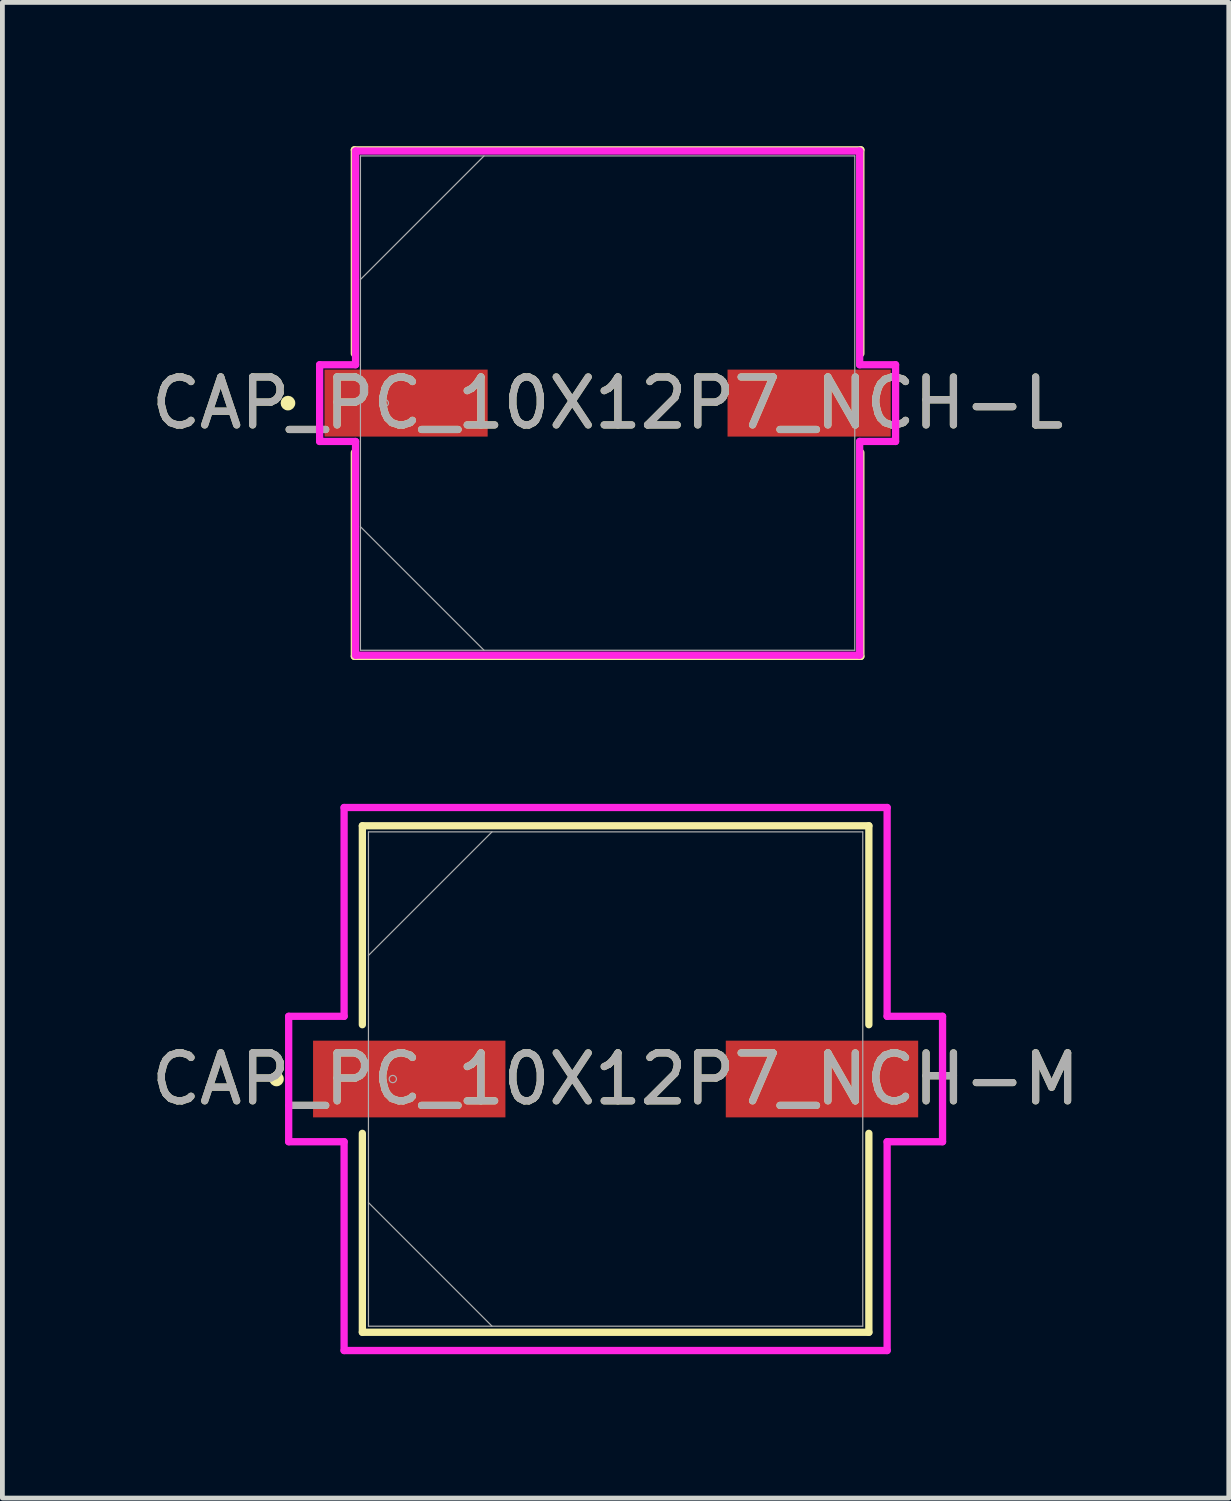
<source format=kicad_pcb>
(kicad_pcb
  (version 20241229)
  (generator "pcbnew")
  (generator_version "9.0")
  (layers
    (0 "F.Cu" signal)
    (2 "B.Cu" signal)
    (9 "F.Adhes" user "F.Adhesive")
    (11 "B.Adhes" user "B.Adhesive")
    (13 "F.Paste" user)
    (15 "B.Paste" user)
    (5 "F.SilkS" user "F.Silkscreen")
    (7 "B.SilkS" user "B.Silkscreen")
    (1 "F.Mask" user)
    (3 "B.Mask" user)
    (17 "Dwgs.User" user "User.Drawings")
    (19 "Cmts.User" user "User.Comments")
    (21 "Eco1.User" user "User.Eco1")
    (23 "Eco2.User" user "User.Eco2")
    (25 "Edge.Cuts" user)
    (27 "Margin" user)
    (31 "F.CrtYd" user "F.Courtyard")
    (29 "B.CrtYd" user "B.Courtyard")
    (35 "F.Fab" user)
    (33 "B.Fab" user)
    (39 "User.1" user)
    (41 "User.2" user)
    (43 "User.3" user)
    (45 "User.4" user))
  (footprint "CAP_PC_10X12P7_NCH-L"
    (layer "F.Cu")
    (at 9.625 5.359)
    (property "Reference" "CAP_PC_10X12P7_NCH-L" (at 0 0 0) (unlocked yes) (layer "F.SilkS") (effects (font (size 1 1) (thickness 0.15))))
    (attr smd)
    (fp_line (start -5.283 -5.283) (end -5.283 -1.031) (stroke (width 0.152) (type solid)) (layer "F.SilkS"))
    (fp_line (start -5.283 1.031) (end -5.283 5.283) (stroke (width 0.152) (type solid)) (layer "F.SilkS"))
    (fp_line (start -5.283 5.283) (end 5.283 5.283) (stroke (width 0.152) (type solid)) (layer "F.SilkS"))
    (fp_line (start 5.283 -5.283) (end -5.283 -5.283) (stroke (width 0.152) (type solid)) (layer "F.SilkS"))
    (fp_line (start 5.283 -1.031) (end 5.283 -5.283) (stroke (width 0.152) (type solid)) (layer "F.SilkS"))
    (fp_line (start 5.283 5.283) (end 5.283 1.031) (stroke (width 0.152) (type solid)) (layer "F.SilkS"))
    (fp_circle (center -6.668 0) (end -6.591 0) (stroke (width 0.152) (type solid)) (fill no) (layer "F.SilkS"))
    (fp_line (start -6.007 -0.8) (end -5.258 -0.8) (stroke (width 0.152) (type solid)) (layer "F.CrtYd"))
    (fp_line (start -6.007 0.8) (end -6.007 -0.8) (stroke (width 0.152) (type solid)) (layer "F.CrtYd"))
    (fp_line (start -5.258 -5.258) (end 5.258 -5.258) (stroke (width 0.152) (type solid)) (layer "F.CrtYd"))
    (fp_line (start -5.258 -0.8) (end -5.258 -5.258) (stroke (width 0.152) (type solid)) (layer "F.CrtYd"))
    (fp_line (start -5.258 0.8) (end -6.007 0.8) (stroke (width 0.152) (type solid)) (layer "F.CrtYd"))
    (fp_line (start -5.258 5.258) (end -5.258 0.8) (stroke (width 0.152) (type solid)) (layer "F.CrtYd"))
    (fp_line (start 5.258 -5.258) (end 5.258 -0.8) (stroke (width 0.152) (type solid)) (layer "F.CrtYd"))
    (fp_line (start 5.258 -0.8) (end 6.007 -0.8) (stroke (width 0.152) (type solid)) (layer "F.CrtYd"))
    (fp_line (start 5.258 0.8) (end 5.258 5.258) (stroke (width 0.152) (type solid)) (layer "F.CrtYd"))
    (fp_line (start 5.258 5.258) (end -5.258 5.258) (stroke (width 0.152) (type solid)) (layer "F.CrtYd"))
    (fp_line (start 6.007 -0.8) (end 6.007 0.8) (stroke (width 0.152) (type solid)) (layer "F.CrtYd"))
    (fp_line (start 6.007 0.8) (end 5.258 0.8) (stroke (width 0.152) (type solid)) (layer "F.CrtYd"))
    (fp_line (start -5.156 -5.156) (end -5.156 5.156) (stroke (width 0.025) (type solid)) (layer "F.Fab"))
    (fp_line (start -5.156 -2.578) (end -2.578 -5.156) (stroke (width 0.025) (type solid)) (layer "F.Fab"))
    (fp_line (start -5.156 2.578) (end -2.578 5.156) (stroke (width 0.025) (type solid)) (layer "F.Fab"))
    (fp_line (start -5.156 5.156) (end 5.156 5.156) (stroke (width 0.025) (type solid)) (layer "F.Fab"))
    (fp_line (start 5.156 -5.156) (end -5.156 -5.156) (stroke (width 0.025) (type solid)) (layer "F.Fab"))
    (fp_line (start 5.156 5.156) (end 5.156 -5.156) (stroke (width 0.025) (type solid)) (layer "F.Fab"))
    (fp_circle (center -4.648 0) (end -4.572 0) (stroke (width 0.025) (type solid)) (fill no) (layer "F.Fab"))
    (fp_text user "${REFERENCE}" (at 0 0 0) (unlocked yes) (layer "F.Fab") (effects (font (size 1 1) (thickness 0.15))))
    (pad "1" smd rect (at -4.204 0) (size 3.404 1.397) (layers "F.Cu" "F.Mask" "F.Paste"))
    (pad "2" smd rect (at 4.204 0) (size 3.404 1.397) (layers "F.Cu" "F.Mask" "F.Paste"))
    (zone (net_name "") (layer "F.Cu") (hatch full 0.508) (connect_pads) (min_thickness 0.254) (filled_areas_thickness no) (keepout (tracks not_allowed) (vias not_allowed) (pads allowed) (copperpour not_allowed) (footprints allowed)) (placement (enabled no)) (fill) (polygon (pts (xy 4.52 0.254) (xy 14.73 0.254) (xy 14.73 4.61) (xy 4.52 4.61))))
    (zone (net_name "") (layer "F.Cu") (hatch full 0.508) (connect_pads) (min_thickness 0.254) (filled_areas_thickness no) (keepout (tracks not_allowed) (vias not_allowed) (pads allowed) (copperpour not_allowed) (footprints allowed)) (placement (enabled no)) (fill) (polygon (pts (xy 4.52 6.109) (xy 14.73 6.109) (xy 14.73 10.465) (xy 4.52 10.465))))
    (zone (net_name "") (layer "F.Cu") (hatch full 0.508) (connect_pads) (min_thickness 0.254) (filled_areas_thickness no) (keepout (tracks not_allowed) (vias not_allowed) (pads allowed) (copperpour not_allowed) (footprints allowed)) (placement (enabled no)) (fill) (polygon (pts (xy 7.174 4.61) (xy 12.076 4.61) (xy 12.076 6.109) (xy 7.174 6.109)))))
  (footprint "CAP_PC_10X12P7_NCH-M"
    (layer "F.Cu")
    (at 9.792 19.459)
    (property "Reference" "CAP_PC_10X12P7_NCH-M" (at 0 0 0) (unlocked yes) (layer "F.SilkS") (effects (font (size 1 1) (thickness 0.15))))
    (attr smd)
    (fp_line (start -5.283 -5.283) (end -5.283 -1.133) (stroke (width 0.152) (type solid)) (layer "F.SilkS"))
    (fp_line (start -5.283 1.133) (end -5.283 5.283) (stroke (width 0.152) (type solid)) (layer "F.SilkS"))
    (fp_line (start -5.283 5.283) (end 5.283 5.283) (stroke (width 0.152) (type solid)) (layer "F.SilkS"))
    (fp_line (start 5.283 -5.283) (end -5.283 -5.283) (stroke (width 0.152) (type solid)) (layer "F.SilkS"))
    (fp_line (start 5.283 -1.133) (end 5.283 -5.283) (stroke (width 0.152) (type solid)) (layer "F.SilkS"))
    (fp_line (start 5.283 5.283) (end 5.283 1.133) (stroke (width 0.152) (type solid)) (layer "F.SilkS"))
    (fp_circle (center -7.074 0) (end -6.998 0) (stroke (width 0.152) (type solid)) (fill no) (layer "F.SilkS"))
    (fp_line (start -6.82 -1.308) (end -5.664 -1.308) (stroke (width 0.152) (type solid)) (layer "F.CrtYd"))
    (fp_line (start -6.82 1.308) (end -6.82 -1.308) (stroke (width 0.152) (type solid)) (layer "F.CrtYd"))
    (fp_line (start -5.664 -5.664) (end 5.664 -5.664) (stroke (width 0.152) (type solid)) (layer "F.CrtYd"))
    (fp_line (start -5.664 -1.308) (end -5.664 -5.664) (stroke (width 0.152) (type solid)) (layer "F.CrtYd"))
    (fp_line (start -5.664 1.308) (end -6.82 1.308) (stroke (width 0.152) (type solid)) (layer "F.CrtYd"))
    (fp_line (start -5.664 5.664) (end -5.664 1.308) (stroke (width 0.152) (type solid)) (layer "F.CrtYd"))
    (fp_line (start 5.664 -5.664) (end 5.664 -1.308) (stroke (width 0.152) (type solid)) (layer "F.CrtYd"))
    (fp_line (start 5.664 -1.308) (end 6.82 -1.308) (stroke (width 0.152) (type solid)) (layer "F.CrtYd"))
    (fp_line (start 5.664 1.308) (end 5.664 5.664) (stroke (width 0.152) (type solid)) (layer "F.CrtYd"))
    (fp_line (start 5.664 5.664) (end -5.664 5.664) (stroke (width 0.152) (type solid)) (layer "F.CrtYd"))
    (fp_line (start 6.82 -1.308) (end 6.82 1.308) (stroke (width 0.152) (type solid)) (layer "F.CrtYd"))
    (fp_line (start 6.82 1.308) (end 5.664 1.308) (stroke (width 0.152) (type solid)) (layer "F.CrtYd"))
    (fp_line (start -5.156 -5.156) (end -5.156 5.156) (stroke (width 0.025) (type solid)) (layer "F.Fab"))
    (fp_line (start -5.156 -2.578) (end -2.578 -5.156) (stroke (width 0.025) (type solid)) (layer "F.Fab"))
    (fp_line (start -5.156 2.578) (end -2.578 5.156) (stroke (width 0.025) (type solid)) (layer "F.Fab"))
    (fp_line (start -5.156 5.156) (end 5.156 5.156) (stroke (width 0.025) (type solid)) (layer "F.Fab"))
    (fp_line (start 5.156 -5.156) (end -5.156 -5.156) (stroke (width 0.025) (type solid)) (layer "F.Fab"))
    (fp_line (start 5.156 5.156) (end 5.156 -5.156) (stroke (width 0.025) (type solid)) (layer "F.Fab"))
    (fp_circle (center -4.648 0) (end -4.572 0) (stroke (width 0.025) (type solid)) (fill no) (layer "F.Fab"))
    (fp_text user "${REFERENCE}" (at 0 0 0) (unlocked yes) (layer "F.Fab") (effects (font (size 1 1) (thickness 0.15))))
    (pad "1" smd rect (at -4.305 0) (size 4.013 1.6) (layers "F.Cu" "F.Mask" "F.Paste"))
    (pad "2" smd rect (at 4.305 0) (size 4.013 1.6) (layers "F.Cu" "F.Mask" "F.Paste"))
    (zone (net_name "") (layer "F.Cu") (hatch full 0.508) (connect_pads) (min_thickness 0.254) (filled_areas_thickness no) (keepout (tracks not_allowed) (vias not_allowed) (pads allowed) (copperpour not_allowed) (footprints allowed)) (placement (enabled no)) (fill) (polygon (pts (xy 4.686 14.354) (xy 14.897 14.354) (xy 14.897 18.608) (xy 4.686 18.608))))
    (zone (net_name "") (layer "F.Cu") (hatch full 0.508) (connect_pads) (min_thickness 0.254) (filled_areas_thickness no) (keepout (tracks not_allowed) (vias not_allowed) (pads allowed) (copperpour not_allowed) (footprints allowed)) (placement (enabled no)) (fill) (polygon (pts (xy 4.686 20.31) (xy 14.897 20.31) (xy 14.897 24.565) (xy 4.686 24.565))))
    (zone (net_name "") (layer "F.Cu") (hatch full 0.508) (connect_pads) (min_thickness 0.254) (filled_areas_thickness no) (keepout (tracks not_allowed) (vias not_allowed) (pads allowed) (copperpour not_allowed) (footprints allowed)) (placement (enabled no)) (fill) (polygon (pts (xy 7.544 18.608) (xy 12.04 18.608) (xy 12.04 20.31) (xy 7.544 20.31)))))
  (gr_rect
    (start -3 -3)
    (end 22.583 28.2)
    (stroke (width 0.1) (type default))
    (fill no)
    (layer "Edge.Cuts")))
</source>
